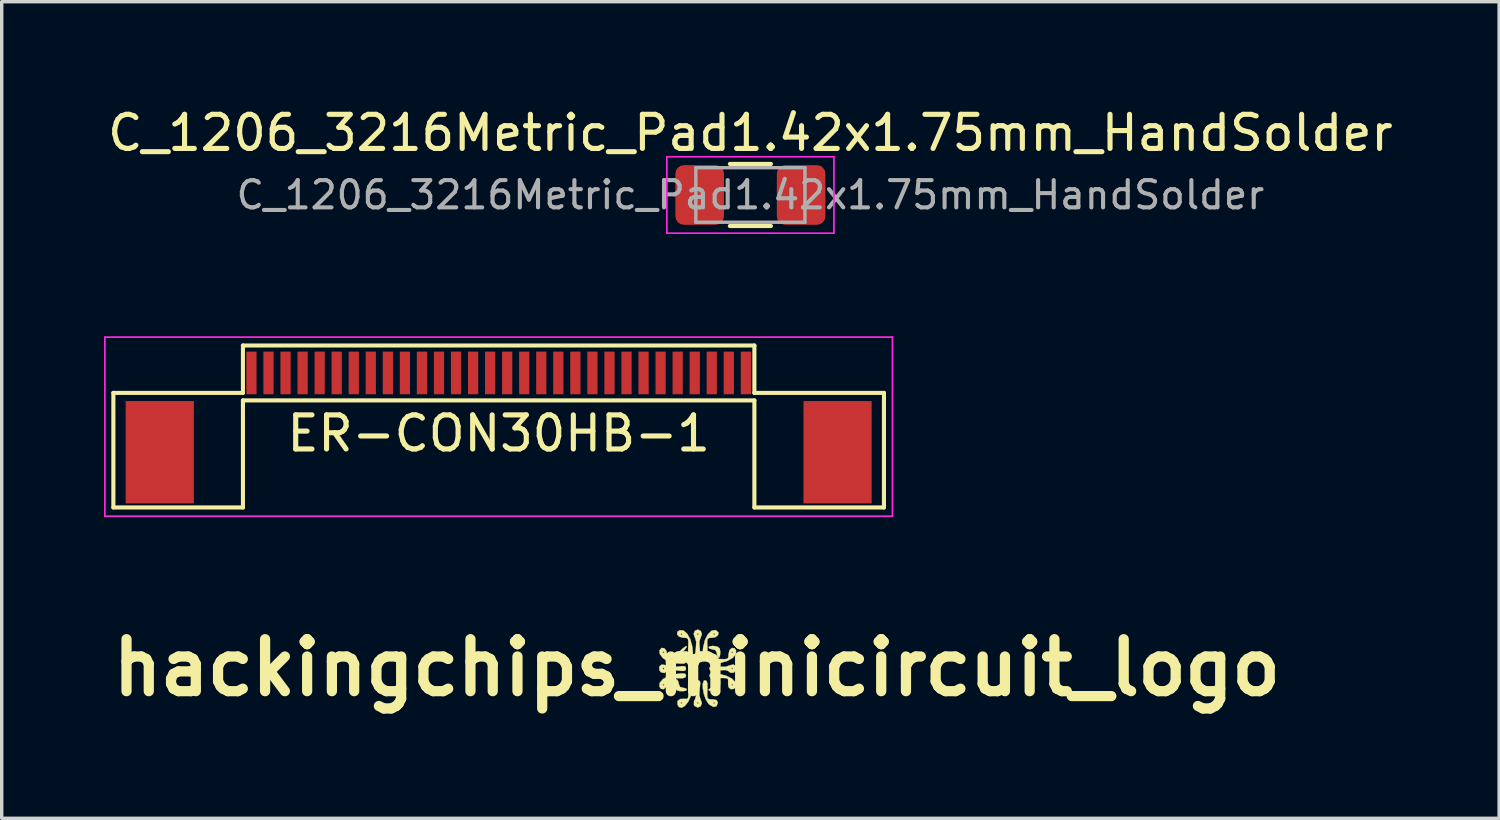
<source format=kicad_pcb>
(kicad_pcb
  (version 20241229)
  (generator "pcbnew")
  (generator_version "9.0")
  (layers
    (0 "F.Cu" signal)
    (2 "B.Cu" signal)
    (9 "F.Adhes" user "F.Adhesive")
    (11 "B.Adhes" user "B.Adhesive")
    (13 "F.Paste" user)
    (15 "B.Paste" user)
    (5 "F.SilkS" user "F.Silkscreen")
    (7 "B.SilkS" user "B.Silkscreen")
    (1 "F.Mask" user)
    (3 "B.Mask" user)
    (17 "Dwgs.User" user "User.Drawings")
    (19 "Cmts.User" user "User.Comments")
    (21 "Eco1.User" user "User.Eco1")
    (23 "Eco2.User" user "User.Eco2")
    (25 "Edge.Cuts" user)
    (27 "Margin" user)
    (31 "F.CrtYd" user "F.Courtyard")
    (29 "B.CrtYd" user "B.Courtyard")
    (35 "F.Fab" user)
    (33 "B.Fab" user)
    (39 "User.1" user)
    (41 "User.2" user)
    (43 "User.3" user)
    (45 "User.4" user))
  (footprint "ER-CON30HB-1"
    (layer "F.Cu")
    (at 11.575 9.488)
    (property "Reference" "ER-CON30HB-1" (at 0 0.175 0) (layer "F.SilkS") (effects (font (size 1 1) (thickness 0.15))))
    (attr smd)
    (fp_line (start -11.3 -1.015) (end -7.5 -1.015) (stroke (width 0.12) (type solid)) (layer "F.SilkS"))
    (fp_line (start -11.3 2.345) (end -11.3 -1.015) (stroke (width 0.12) (type solid)) (layer "F.SilkS"))
    (fp_line (start -7.5 -2.405) (end 7.5 -2.405) (stroke (width 0.12) (type solid)) (layer "F.SilkS"))
    (fp_line (start -7.5 -1.015) (end -7.5 -2.405) (stroke (width 0.12) (type solid)) (layer "F.SilkS"))
    (fp_line (start -7.5 -0.795) (end -7.5 2.345) (stroke (width 0.12) (type solid)) (layer "F.SilkS"))
    (fp_line (start -7.5 -0.795) (end 7.5 -0.795) (stroke (width 0.12) (type solid)) (layer "F.SilkS"))
    (fp_line (start -7.5 2.345) (end -11.3 2.345) (stroke (width 0.12) (type solid)) (layer "F.SilkS"))
    (fp_line (start 7.5 -1.015) (end 7.5 -2.405) (stroke (width 0.12) (type solid)) (layer "F.SilkS"))
    (fp_line (start 7.5 -0.795) (end 7.5 2.345) (stroke (width 0.12) (type solid)) (layer "F.SilkS"))
    (fp_line (start 7.5 2.345) (end 11.3 2.345) (stroke (width 0.12) (type solid)) (layer "F.SilkS"))
    (fp_line (start 11.3 -1.015) (end 7.5 -1.015) (stroke (width 0.12) (type solid)) (layer "F.SilkS"))
    (fp_line (start 11.3 2.345) (end 11.3 -1.015) (stroke (width 0.12) (type solid)) (layer "F.SilkS"))
    (fp_line (start -11.55 -2.65) (end -11.55 2.6) (stroke (width 0.05) (type solid)) (layer "F.CrtYd"))
    (fp_line (start -11.55 -2.65) (end 11.55 -2.65) (stroke (width 0.05) (type solid)) (layer "F.CrtYd"))
    (fp_line (start -11.55 2.6) (end 11.55 2.6) (stroke (width 0.05) (type solid)) (layer "F.CrtYd"))
    (fp_line (start 11.55 -2.65) (end 11.55 2.6) (stroke (width 0.05) (type solid)) (layer "F.CrtYd"))
    (pad "0" smd rect (at -9.94 0.725) (size 2 3) (layers "F.Cu" "F.Mask" "F.Paste"))
    (pad "0" smd rect (at 9.94 0.725) (size 2 3) (layers "F.Cu" "F.Mask" "F.Paste"))
    (pad "1" smd rect (at 7.25 -1.6) (size 0.3 1.25) (layers "F.Cu" "F.Mask" "F.Paste"))
    (pad "2" smd rect (at 6.75 -1.6) (size 0.3 1.25) (layers "F.Cu" "F.Mask" "F.Paste"))
    (pad "3" smd rect (at 6.25 -1.6) (size 0.3 1.25) (layers "F.Cu" "F.Mask" "F.Paste"))
    (pad "4" smd rect (at 5.75 -1.6) (size 0.3 1.25) (layers "F.Cu" "F.Mask" "F.Paste"))
    (pad "5" smd rect (at 5.25 -1.6) (size 0.3 1.25) (layers "F.Cu" "F.Mask" "F.Paste"))
    (pad "6" smd rect (at 4.75 -1.6) (size 0.3 1.25) (layers "F.Cu" "F.Mask" "F.Paste"))
    (pad "7" smd rect (at 4.25 -1.6) (size 0.3 1.25) (layers "F.Cu" "F.Mask" "F.Paste"))
    (pad "8" smd rect (at 3.75 -1.6) (size 0.3 1.25) (layers "F.Cu" "F.Mask" "F.Paste"))
    (pad "9" smd rect (at 3.25 -1.6) (size 0.3 1.25) (layers "F.Cu" "F.Mask" "F.Paste"))
    (pad "10" smd rect (at 2.75 -1.6) (size 0.3 1.25) (layers "F.Cu" "F.Mask" "F.Paste"))
    (pad "11" smd rect (at 2.25 -1.6) (size 0.3 1.25) (layers "F.Cu" "F.Mask" "F.Paste"))
    (pad "12" smd rect (at 1.75 -1.6) (size 0.3 1.25) (layers "F.Cu" "F.Mask" "F.Paste"))
    (pad "13" smd rect (at 1.25 -1.6) (size 0.3 1.25) (layers "F.Cu" "F.Mask" "F.Paste"))
    (pad "14" smd rect (at 0.75 -1.6) (size 0.3 1.25) (layers "F.Cu" "F.Mask" "F.Paste"))
    (pad "15" smd rect (at 0.25 -1.6) (size 0.3 1.25) (layers "F.Cu" "F.Mask" "F.Paste"))
    (pad "16" smd rect (at -0.25 -1.6) (size 0.3 1.25) (layers "F.Cu" "F.Mask" "F.Paste"))
    (pad "17" smd rect (at -0.75 -1.6) (size 0.3 1.25) (layers "F.Cu" "F.Mask" "F.Paste"))
    (pad "18" smd rect (at -1.25 -1.6) (size 0.3 1.25) (layers "F.Cu" "F.Mask" "F.Paste"))
    (pad "19" smd rect (at -1.75 -1.6) (size 0.3 1.25) (layers "F.Cu" "F.Mask" "F.Paste"))
    (pad "20" smd rect (at -2.25 -1.6) (size 0.3 1.25) (layers "F.Cu" "F.Mask" "F.Paste"))
    (pad "21" smd rect (at -2.75 -1.6) (size 0.3 1.25) (layers "F.Cu" "F.Mask" "F.Paste"))
    (pad "22" smd rect (at -3.25 -1.6) (size 0.3 1.25) (layers "F.Cu" "F.Mask" "F.Paste"))
    (pad "23" smd rect (at -3.75 -1.6) (size 0.3 1.25) (layers "F.Cu" "F.Mask" "F.Paste"))
    (pad "24" smd rect (at -4.25 -1.6) (size 0.3 1.25) (layers "F.Cu" "F.Mask" "F.Paste"))
    (pad "25" smd rect (at -4.75 -1.6) (size 0.3 1.25) (layers "F.Cu" "F.Mask" "F.Paste"))
    (pad "26" smd rect (at -5.25 -1.6) (size 0.3 1.25) (layers "F.Cu" "F.Mask" "F.Paste"))
    (pad "27" smd rect (at -5.75 -1.6) (size 0.3 1.25) (layers "F.Cu" "F.Mask" "F.Paste"))
    (pad "28" smd rect (at -6.25 -1.6) (size 0.3 1.25) (layers "F.Cu" "F.Mask" "F.Paste"))
    (pad "29" smd rect (at -6.75 -1.6) (size 0.3 1.25) (layers "F.Cu" "F.Mask" "F.Paste"))
    (pad "30" smd rect (at -7.25 -1.6) (size 0.3 1.25) (layers "F.Cu" "F.Mask" "F.Paste")))
  (footprint "C_1206_3216Metric_Pad1.42x1.75mm_HandSolder"
    (layer "F.Cu")
    (at 18.958 2.668)
    (property "Reference" "C_1206_3216Metric_Pad1.42x1.75mm_HandSolder" (at 0 -1.82 0) (layer "F.SilkS") (effects (font (size 1 1) (thickness 0.15))))
    (attr smd)
    (fp_line (start -0.602 -0.91) (end 0.602 -0.91) (stroke (width 0.12) (type solid)) (layer "F.SilkS"))
    (fp_line (start -0.602 0.91) (end 0.602 0.91) (stroke (width 0.12) (type solid)) (layer "F.SilkS"))
    (fp_line (start -2.45 -1.12) (end 2.45 -1.12) (stroke (width 0.05) (type solid)) (layer "F.CrtYd"))
    (fp_line (start -2.45 1.12) (end -2.45 -1.12) (stroke (width 0.05) (type solid)) (layer "F.CrtYd"))
    (fp_line (start 2.45 -1.12) (end 2.45 1.12) (stroke (width 0.05) (type solid)) (layer "F.CrtYd"))
    (fp_line (start 2.45 1.12) (end -2.45 1.12) (stroke (width 0.05) (type solid)) (layer "F.CrtYd"))
    (fp_line (start -1.6 -0.8) (end 1.6 -0.8) (stroke (width 0.1) (type solid)) (layer "F.Fab"))
    (fp_line (start -1.6 0.8) (end -1.6 -0.8) (stroke (width 0.1) (type solid)) (layer "F.Fab"))
    (fp_line (start 1.6 -0.8) (end 1.6 0.8) (stroke (width 0.1) (type solid)) (layer "F.Fab"))
    (fp_line (start 1.6 0.8) (end -1.6 0.8) (stroke (width 0.1) (type solid)) (layer "F.Fab"))
    (fp_text user "${REFERENCE}" (at 0 0 0) (layer "F.Fab") (effects (font (size 0.8 0.8) (thickness 0.12))))
    (pad "1" smd roundrect (at -1.488 0) (size 1.425 1.75) (layers "F.Cu" "F.Mask" "F.Paste") (roundrect_rratio 0.175))
    (pad "2" smd roundrect (at 1.488 0) (size 1.425 1.75) (layers "F.Cu" "F.Mask" "F.Paste") (roundrect_rratio 0.175)))
  (footprint "hackingchips_minicircuit_logo"
    (layer "F.Cu")
    (at 17.388 16.531)
    (property "Reference" "hackingchips_minicircuit_logo" (at 0 0 0) (layer "F.SilkS") (effects (font (size 1.524 1.524) (thickness 0.3))))
    (attr through_hole)
    (fp_poly (pts (xy -0.313 -0.582) (xy -0.39 -0.488) (xy -0.452 -0.424) (xy -0.558 -0.332) (xy -0.625 -0.291) (xy -0.638 -0.298) (xy -0.604 -0.364) (xy -0.524 -0.458) (xy -0.426 -0.552) (xy -0.339 -0.618) (xy -0.294 -0.63) (xy -0.313 -0.582)) (stroke (width 0.01) (type solid)) (fill yes) (layer "F.SilkS"))
    (fp_poly (pts (xy 0.604 -0.615) (xy 0.67 -0.562) (xy 0.687 -0.465) (xy 0.679 -0.364) (xy 0.654 -0.297) (xy 0.624 -0.296) (xy 0.59 -0.379) (xy 0.585 -0.434) (xy 0.543 -0.516) (xy 0.481 -0.531) (xy 0.38 -0.556) (xy 0.345 -0.585) (xy 0.366 -0.622) (xy 0.47 -0.638) (xy 0.477 -0.638) (xy 0.604 -0.615)) (stroke (width 0.01) (type solid)) (fill yes) (layer "F.SilkS"))
    (fp_poly (pts (xy 0.679 0.36) (xy 0.682 0.474) (xy 0.681 0.486) (xy 0.657 0.61) (xy 0.591 0.664) (xy 0.486 0.681) (xy 0.365 0.68) (xy 0.341 0.645) (xy 0.343 0.641) (xy 0.42 0.594) (xy 0.481 0.585) (xy 0.568 0.545) (xy 0.585 0.481) (xy 0.611 0.378) (xy 0.641 0.343) (xy 0.679 0.36)) (stroke (width 0.01) (type solid)) (fill yes) (layer "F.SilkS"))
    (fp_poly (pts (xy -0.585 0.345) (xy -0.54 0.42) (xy -0.531 0.481) (xy -0.492 0.568) (xy -0.428 0.585) (xy -0.327 0.609) (xy -0.292 0.638) (xy -0.313 0.671) (xy -0.396 0.689) (xy -0.502 0.688) (xy -0.587 0.666) (xy -0.602 0.655) (xy -0.631 0.585) (xy -0.638 0.481) (xy -0.625 0.386) (xy -0.596 0.342) (xy -0.585 0.345)) (stroke (width 0.01) (type solid)) (fill yes) (layer "F.SilkS"))
    (fp_poly (pts (xy 0.115 -1.075) (xy 0.147 -0.98) (xy 0.108 -0.879) (xy 0.071 -0.758) (xy 0.082 -0.561) (xy 0.099 -0.412) (xy 0.087 -0.34) (xy 0.039 -0.319) (xy 0.027 -0.319) (xy -0.028 -0.333) (xy -0.046 -0.395) (xy -0.034 -0.529) (xy -0.029 -0.561) (xy -0.018 -0.764) (xy -0.055 -0.879) (xy -0.093 -0.983) (xy 0 -0.983) (xy 0.027 -0.956) (xy 0.053 -0.983) (xy 0.027 -1.01) (xy 0 -0.983) (xy -0.093 -0.983) (xy -0.094 -0.984) (xy -0.06 -1.078) (xy 0.027 -1.116) (xy 0.115 -1.075)) (stroke (width 0.01) (type solid)) (fill yes) (layer "F.SilkS"))
    (fp_poly (pts (xy 0.081 0.387) (xy 0.099 0.448) (xy 0.087 0.582) (xy 0.082 0.614) (xy 0.071 0.817) (xy 0.108 0.933) (xy 0.147 1.037) (xy 0.113 1.131) (xy 0.027 1.169) (xy -0.063 1.126) (xy -0.087 1.089) (xy -0.085 1.036) (xy 0 1.036) (xy 0.027 1.063) (xy 0.053 1.036) (xy 0.027 1.01) (xy 0 1.036) (xy -0.085 1.036) (xy -0.083 0.983) (xy -0.055 0.933) (xy -0.018 0.811) (xy -0.029 0.614) (xy -0.046 0.465) (xy -0.033 0.393) (xy 0.014 0.372) (xy 0.027 0.372) (xy 0.081 0.387)) (stroke (width 0.01) (type solid)) (fill yes) (layer "F.SilkS"))
    (fp_poly (pts (xy -0.922 -0.075) (xy -0.898 -0.062) (xy -0.737 -0.019) (xy -0.554 -0.03) (xy -0.407 -0.046) (xy -0.338 -0.032) (xy -0.319 0.019) (xy -0.319 0.026) (xy -0.333 0.078) (xy -0.393 0.097) (xy -0.525 0.088) (xy -0.579 0.08) (xy -0.764 0.068) (xy -0.864 0.091) (xy -0.874 0.102) (xy -0.957 0.156) (xy -1.052 0.134) (xy -1.098 0.076) (xy -1.099 0.027) (xy -1.01 0.027) (xy -0.983 0.053) (xy -0.956 0.027) (xy -0.983 0) (xy -1.01 0.027) (xy -1.099 0.027) (xy -1.101 -0.032) (xy -1.032 -0.09) (xy -0.922 -0.075)) (stroke (width 0.01) (type solid)) (fill yes) (layer "F.SilkS"))
    (fp_poly (pts (xy 1.145 -0.048) (xy 1.159 0.052) (xy 1.151 0.076) (xy 1.08 0.148) (xy 0.982 0.149) (xy 0.927 0.102) (xy 0.849 0.07) (xy 0.683 0.074) (xy 0.632 0.08) (xy 0.476 0.097) (xy 0.398 0.087) (xy 0.373 0.044) (xy 0.372 0.027) (xy 1.01 0.027) (xy 1.036 0.053) (xy 1.063 0.027) (xy 1.036 0) (xy 1.01 0.027) (xy 0.372 0.027) (xy 0.372 0.026) (xy 0.387 -0.029) (xy 0.451 -0.046) (xy 0.589 -0.033) (xy 0.607 -0.03) (xy 0.831 -0.023) (xy 0.952 -0.062) (xy 1.066 -0.093) (xy 1.145 -0.048)) (stroke (width 0.01) (type solid)) (fill yes) (layer "F.SilkS"))
    (fp_poly (pts (xy -0.957 -0.569) (xy -0.895 -0.493) (xy -0.877 -0.397) (xy -0.872 -0.306) (xy -0.84 -0.26) (xy -0.754 -0.248) (xy -0.598 -0.254) (xy -0.43 -0.257) (xy -0.344 -0.237) (xy -0.319 -0.191) (xy -0.319 -0.188) (xy -0.332 -0.141) (xy -0.385 -0.119) (xy -0.499 -0.12) (xy -0.694 -0.141) (xy -0.724 -0.144) (xy -0.874 -0.194) (xy -1.003 -0.289) (xy -1.087 -0.402) (xy -1.091 -0.452) (xy -1.01 -0.452) (xy -0.983 -0.425) (xy -0.956 -0.452) (xy -0.983 -0.478) (xy -1.01 -0.452) (xy -1.091 -0.452) (xy -1.096 -0.506) (xy -1.034 -0.579) (xy -0.957 -0.569)) (stroke (width 0.01) (type solid)) (fill yes) (layer "F.SilkS"))
    (fp_poly (pts (xy -0.392 -1.089) (xy -0.284 -0.995) (xy -0.194 -0.834) (xy -0.137 -0.627) (xy -0.133 -0.598) (xy -0.116 -0.434) (xy -0.124 -0.349) (xy -0.162 -0.32) (xy -0.183 -0.319) (xy -0.233 -0.338) (xy -0.255 -0.411) (xy -0.256 -0.561) (xy -0.254 -0.598) (xy -0.248 -0.76) (xy -0.262 -0.843) (xy -0.309 -0.873) (xy -0.397 -0.877) (xy -0.516 -0.906) (xy -0.578 -0.974) (xy -0.577 -0.983) (xy -0.478 -0.983) (xy -0.452 -0.956) (xy -0.425 -0.983) (xy -0.452 -1.01) (xy -0.478 -0.983) (xy -0.577 -0.983) (xy -0.569 -1.051) (xy -0.504 -1.097) (xy -0.392 -1.089)) (stroke (width 0.01) (type solid)) (fill yes) (layer "F.SilkS"))
    (fp_poly (pts (xy -0.349 0.177) (xy -0.32 0.215) (xy -0.319 0.236) (xy -0.338 0.286) (xy -0.411 0.309) (xy -0.561 0.309) (xy -0.598 0.307) (xy -0.76 0.301) (xy -0.843 0.315) (xy -0.873 0.362) (xy -0.877 0.451) (xy -0.906 0.569) (xy -0.974 0.631) (xy -1.051 0.622) (xy -1.097 0.557) (xy -1.093 0.505) (xy -1.01 0.505) (xy -0.983 0.531) (xy -0.956 0.505) (xy -0.983 0.478) (xy -1.01 0.505) (xy -1.093 0.505) (xy -1.089 0.445) (xy -0.995 0.337) (xy -0.834 0.247) (xy -0.627 0.19) (xy -0.598 0.186) (xy -0.434 0.169) (xy -0.349 0.177)) (stroke (width 0.01) (type solid)) (fill yes) (layer "F.SilkS"))
    (fp_poly (pts (xy -0.134 0.387) (xy -0.116 0.449) (xy -0.125 0.582) (xy -0.133 0.651) (xy -0.18 0.843) (xy -0.257 1.005) (xy -0.35 1.12) (xy -0.444 1.175) (xy -0.525 1.154) (xy -0.564 1.092) (xy -0.566 1.036) (xy -0.478 1.036) (xy -0.452 1.063) (xy -0.425 1.036) (xy -0.452 1.01) (xy -0.478 1.036) (xy -0.566 1.036) (xy -0.568 0.98) (xy -0.486 0.92) (xy -0.381 0.915) (xy -0.299 0.918) (xy -0.259 0.889) (xy -0.248 0.801) (xy -0.254 0.651) (xy -0.257 0.484) (xy -0.239 0.399) (xy -0.194 0.372) (xy -0.183 0.372) (xy -0.134 0.387)) (stroke (width 0.01) (type solid)) (fill yes) (layer "F.SilkS"))
    (fp_poly (pts (xy 0.286 0.391) (xy 0.309 0.464) (xy 0.309 0.614) (xy 0.307 0.651) (xy 0.301 0.813) (xy 0.315 0.896) (xy 0.362 0.926) (xy 0.452 0.93) (xy 0.568 0.947) (xy 0.61 1.009) (xy 0.611 1.035) (xy 0.577 1.131) (xy 0.492 1.151) (xy 0.38 1.094) (xy 0.335 1.051) (xy 0.326 1.036) (xy 0.478 1.036) (xy 0.505 1.063) (xy 0.531 1.036) (xy 0.505 1.01) (xy 0.478 1.036) (xy 0.326 1.036) (xy 0.263 0.935) (xy 0.208 0.78) (xy 0.177 0.618) (xy 0.174 0.477) (xy 0.202 0.388) (xy 0.236 0.372) (xy 0.286 0.391)) (stroke (width 0.01) (type solid)) (fill yes) (layer "F.SilkS"))
    (fp_poly (pts (xy 0.557 -1.097) (xy 0.631 -1.034) (xy 0.622 -0.957) (xy 0.546 -0.895) (xy 0.451 -0.877) (xy 0.359 -0.872) (xy 0.314 -0.84) (xy 0.301 -0.754) (xy 0.307 -0.598) (xy 0.31 -0.431) (xy 0.292 -0.346) (xy 0.247 -0.319) (xy 0.236 -0.319) (xy 0.187 -0.334) (xy 0.169 -0.396) (xy 0.178 -0.53) (xy 0.186 -0.598) (xy 0.238 -0.81) (xy 0.324 -0.978) (xy 0.33 -0.983) (xy 0.478 -0.983) (xy 0.505 -0.956) (xy 0.531 -0.983) (xy 0.505 -1.01) (xy 0.478 -0.983) (xy 0.33 -0.983) (xy 0.431 -1.082) (xy 0.543 -1.101) (xy 0.557 -1.097)) (stroke (width 0.01) (type solid)) (fill yes) (layer "F.SilkS"))
    (fp_poly (pts (xy 1.104 -0.569) (xy 1.15 -0.504) (xy 1.142 -0.392) (xy 1.048 -0.284) (xy 0.888 -0.194) (xy 0.68 -0.137) (xy 0.651 -0.133) (xy 0.487 -0.116) (xy 0.402 -0.124) (xy 0.374 -0.162) (xy 0.372 -0.183) (xy 0.391 -0.233) (xy 0.464 -0.255) (xy 0.614 -0.256) (xy 0.651 -0.254) (xy 0.813 -0.248) (xy 0.896 -0.262) (xy 0.926 -0.309) (xy 0.93 -0.397) (xy 0.943 -0.452) (xy 1.01 -0.452) (xy 1.036 -0.425) (xy 1.063 -0.452) (xy 1.036 -0.478) (xy 1.01 -0.452) (xy 0.943 -0.452) (xy 0.959 -0.516) (xy 1.027 -0.578) (xy 1.104 -0.569)) (stroke (width 0.01) (type solid)) (fill yes) (layer "F.SilkS"))
    (fp_poly (pts (xy 0.583 0.178) (xy 0.651 0.186) (xy 0.86 0.237) (xy 1.028 0.323) (xy 1.133 0.428) (xy 1.156 0.537) (xy 1.152 0.553) (xy 1.084 0.624) (xy 0.993 0.631) (xy 0.93 0.571) (xy 0.921 0.505) (xy 1.01 0.505) (xy 1.036 0.531) (xy 1.063 0.505) (xy 1.036 0.478) (xy 1.01 0.505) (xy 0.921 0.505) (xy 0.916 0.464) (xy 0.918 0.399) (xy 0.914 0.337) (xy 0.868 0.308) (xy 0.756 0.303) (xy 0.651 0.307) (xy 0.484 0.31) (xy 0.399 0.292) (xy 0.372 0.247) (xy 0.372 0.236) (xy 0.387 0.187) (xy 0.449 0.169) (xy 0.583 0.178)) (stroke (width 0.01) (type solid)) (fill yes) (layer "F.SilkS")))
  (gr_rect
    (start -3 -3)
    (end 40.917 20.949)
    (stroke (width 0.1) (type default))
    (fill no)
    (layer "Edge.Cuts")))
</source>
